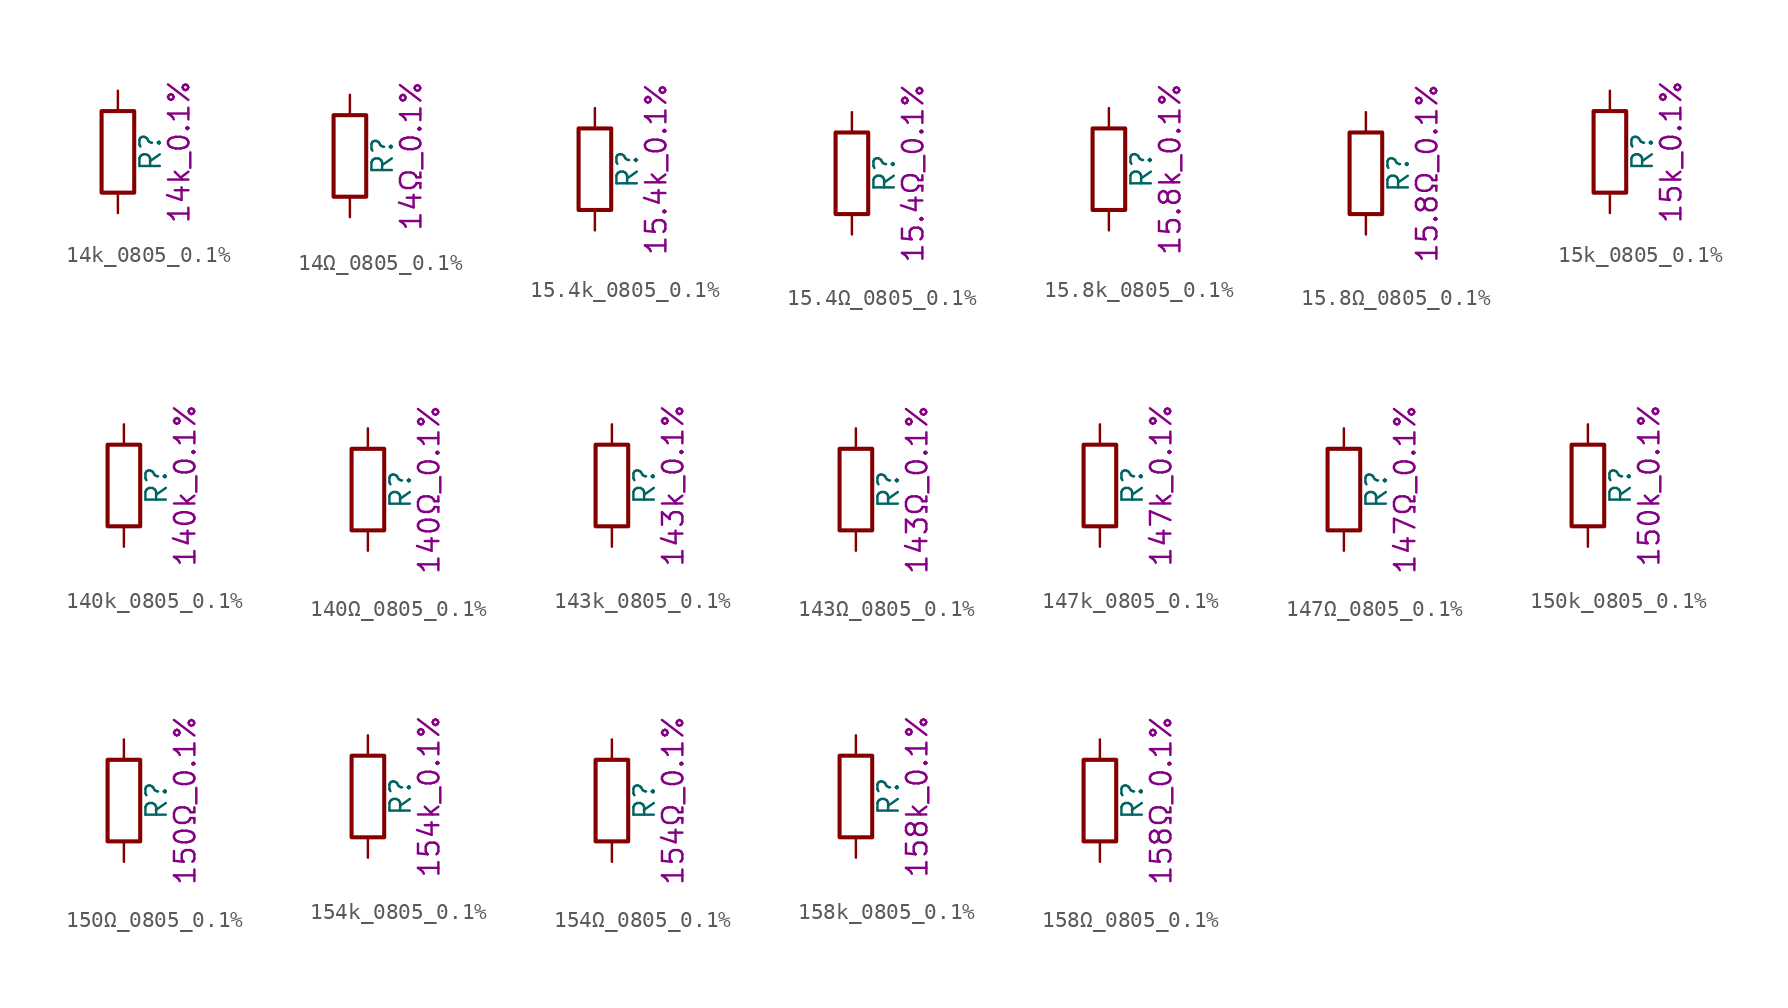
<source format=kicad_sym>
(kicad_symbol_lib
  (version 20211014)
  (generator kicad_symbol_editor)
  (symbol "14k_0805_0.1%"
    (pin_numbers hide)
    (pin_names
      (offset 0))
    (property "Reference" "R"
      (at 2.032 0 90)
      (effects (font (size 1.27 1.27))))
    (property "Display" "14k_0.1%"
      (at 3.81 0 90)
      (effects (font (size 1.27 1.27))))
    (symbol "14k_0805_0.1%_0_1"
      (rectangle (start -1.016 -2.54) (end 1.016 2.54) (stroke (width 0.254) (type default) (color 0 0 0 0)) (fill (type none))))
    (symbol "14k_0805_0.1%_1_1"
      (pin passive line (at 0 3.81 270) (length 1.27) (name "~" (effects (font (size 1.27 1.27)))) (number "1" (effects (font (size 1.27 1.27)))))
      (pin passive line (at 0 -3.81 90) (length 1.27) (name "~" (effects (font (size 1.27 1.27)))) (number "2" (effects (font (size 1.27 1.27)))))))
  (symbol "14Ω_0805_0.1%"
    (pin_numbers hide)
    (pin_names
      (offset 0))
    (property "Reference" "R"
      (at 2.032 0 90)
      (effects (font (size 1.27 1.27))))
    (property "Display" "14Ω_0.1%"
      (at 3.81 0 90)
      (effects (font (size 1.27 1.27))))
    (symbol "14Ω_0805_0.1%_0_1"
      (rectangle (start -1.016 -2.54) (end 1.016 2.54) (stroke (width 0.254) (type default) (color 0 0 0 0)) (fill (type none))))
    (symbol "14Ω_0805_0.1%_1_1"
      (pin passive line (at 0 3.81 270) (length 1.27) (name "~" (effects (font (size 1.27 1.27)))) (number "1" (effects (font (size 1.27 1.27)))))
      (pin passive line (at 0 -3.81 90) (length 1.27) (name "~" (effects (font (size 1.27 1.27)))) (number "2" (effects (font (size 1.27 1.27)))))))
  (symbol "15.4k_0805_0.1%"
    (pin_numbers hide)
    (pin_names
      (offset 0))
    (property "Reference" "R"
      (at 2.032 0 90)
      (effects (font (size 1.27 1.27))))
    (property "Display" "15.4k_0.1%"
      (at 3.81 0 90)
      (effects (font (size 1.27 1.27))))
    (symbol "15.4k_0805_0.1%_0_1"
      (rectangle (start -1.016 -2.54) (end 1.016 2.54) (stroke (width 0.254) (type default) (color 0 0 0 0)) (fill (type none))))
    (symbol "15.4k_0805_0.1%_1_1"
      (pin passive line (at 0 3.81 270) (length 1.27) (name "~" (effects (font (size 1.27 1.27)))) (number "1" (effects (font (size 1.27 1.27)))))
      (pin passive line (at 0 -3.81 90) (length 1.27) (name "~" (effects (font (size 1.27 1.27)))) (number "2" (effects (font (size 1.27 1.27)))))))
  (symbol "15.4Ω_0805_0.1%"
    (pin_numbers hide)
    (pin_names
      (offset 0))
    (property "Reference" "R"
      (at 2.032 0 90)
      (effects (font (size 1.27 1.27))))
    (property "Display" "15.4Ω_0.1%"
      (at 3.81 0 90)
      (effects (font (size 1.27 1.27))))
    (symbol "15.4Ω_0805_0.1%_0_1"
      (rectangle (start -1.016 -2.54) (end 1.016 2.54) (stroke (width 0.254) (type default) (color 0 0 0 0)) (fill (type none))))
    (symbol "15.4Ω_0805_0.1%_1_1"
      (pin passive line (at 0 3.81 270) (length 1.27) (name "~" (effects (font (size 1.27 1.27)))) (number "1" (effects (font (size 1.27 1.27)))))
      (pin passive line (at 0 -3.81 90) (length 1.27) (name "~" (effects (font (size 1.27 1.27)))) (number "2" (effects (font (size 1.27 1.27)))))))
  (symbol "15.8k_0805_0.1%"
    (pin_numbers hide)
    (pin_names
      (offset 0))
    (property "Reference" "R"
      (at 2.032 0 90)
      (effects (font (size 1.27 1.27))))
    (property "Display" "15.8k_0.1%"
      (at 3.81 0 90)
      (effects (font (size 1.27 1.27))))
    (symbol "15.8k_0805_0.1%_0_1"
      (rectangle (start -1.016 -2.54) (end 1.016 2.54) (stroke (width 0.254) (type default) (color 0 0 0 0)) (fill (type none))))
    (symbol "15.8k_0805_0.1%_1_1"
      (pin passive line (at 0 3.81 270) (length 1.27) (name "~" (effects (font (size 1.27 1.27)))) (number "1" (effects (font (size 1.27 1.27)))))
      (pin passive line (at 0 -3.81 90) (length 1.27) (name "~" (effects (font (size 1.27 1.27)))) (number "2" (effects (font (size 1.27 1.27)))))))
  (symbol "15.8Ω_0805_0.1%"
    (pin_numbers hide)
    (pin_names
      (offset 0))
    (property "Reference" "R"
      (at 2.032 0 90)
      (effects (font (size 1.27 1.27))))
    (property "Display" "15.8Ω_0.1%"
      (at 3.81 0 90)
      (effects (font (size 1.27 1.27))))
    (symbol "15.8Ω_0805_0.1%_0_1"
      (rectangle (start -1.016 -2.54) (end 1.016 2.54) (stroke (width 0.254) (type default) (color 0 0 0 0)) (fill (type none))))
    (symbol "15.8Ω_0805_0.1%_1_1"
      (pin passive line (at 0 3.81 270) (length 1.27) (name "~" (effects (font (size 1.27 1.27)))) (number "1" (effects (font (size 1.27 1.27)))))
      (pin passive line (at 0 -3.81 90) (length 1.27) (name "~" (effects (font (size 1.27 1.27)))) (number "2" (effects (font (size 1.27 1.27)))))))
  (symbol "15k_0805_0.1%"
    (pin_numbers hide)
    (pin_names
      (offset 0))
    (property "Reference" "R"
      (at 2.032 0 90)
      (effects (font (size 1.27 1.27))))
    (property "Display" "15k_0.1%"
      (at 3.81 0 90)
      (effects (font (size 1.27 1.27))))
    (symbol "15k_0805_0.1%_0_1"
      (rectangle (start -1.016 -2.54) (end 1.016 2.54) (stroke (width 0.254) (type default) (color 0 0 0 0)) (fill (type none))))
    (symbol "15k_0805_0.1%_1_1"
      (pin passive line (at 0 3.81 270) (length 1.27) (name "~" (effects (font (size 1.27 1.27)))) (number "1" (effects (font (size 1.27 1.27)))))
      (pin passive line (at 0 -3.81 90) (length 1.27) (name "~" (effects (font (size 1.27 1.27)))) (number "2" (effects (font (size 1.27 1.27)))))))
  (symbol "140k_0805_0.1%"
    (pin_numbers hide)
    (pin_names
      (offset 0))
    (property "Reference" "R"
      (at 2.032 0 90)
      (effects (font (size 1.27 1.27))))
    (property "Display" "140k_0.1%"
      (at 3.81 0 90)
      (effects (font (size 1.27 1.27))))
    (symbol "140k_0805_0.1%_0_1"
      (rectangle (start -1.016 -2.54) (end 1.016 2.54) (stroke (width 0.254) (type default) (color 0 0 0 0)) (fill (type none))))
    (symbol "140k_0805_0.1%_1_1"
      (pin passive line (at 0 3.81 270) (length 1.27) (name "~" (effects (font (size 1.27 1.27)))) (number "1" (effects (font (size 1.27 1.27)))))
      (pin passive line (at 0 -3.81 90) (length 1.27) (name "~" (effects (font (size 1.27 1.27)))) (number "2" (effects (font (size 1.27 1.27)))))))
  (symbol "140Ω_0805_0.1%"
    (pin_numbers hide)
    (pin_names
      (offset 0))
    (property "Reference" "R"
      (at 2.032 0 90)
      (effects (font (size 1.27 1.27))))
    (property "Display" "140Ω_0.1%"
      (at 3.81 0 90)
      (effects (font (size 1.27 1.27))))
    (symbol "140Ω_0805_0.1%_0_1"
      (rectangle (start -1.016 -2.54) (end 1.016 2.54) (stroke (width 0.254) (type default) (color 0 0 0 0)) (fill (type none))))
    (symbol "140Ω_0805_0.1%_1_1"
      (pin passive line (at 0 3.81 270) (length 1.27) (name "~" (effects (font (size 1.27 1.27)))) (number "1" (effects (font (size 1.27 1.27)))))
      (pin passive line (at 0 -3.81 90) (length 1.27) (name "~" (effects (font (size 1.27 1.27)))) (number "2" (effects (font (size 1.27 1.27)))))))
  (symbol "143k_0805_0.1%"
    (pin_numbers hide)
    (pin_names
      (offset 0))
    (property "Reference" "R"
      (at 2.032 0 90)
      (effects (font (size 1.27 1.27))))
    (property "Display" "143k_0.1%"
      (at 3.81 0 90)
      (effects (font (size 1.27 1.27))))
    (symbol "143k_0805_0.1%_0_1"
      (rectangle (start -1.016 -2.54) (end 1.016 2.54) (stroke (width 0.254) (type default) (color 0 0 0 0)) (fill (type none))))
    (symbol "143k_0805_0.1%_1_1"
      (pin passive line (at 0 3.81 270) (length 1.27) (name "~" (effects (font (size 1.27 1.27)))) (number "1" (effects (font (size 1.27 1.27)))))
      (pin passive line (at 0 -3.81 90) (length 1.27) (name "~" (effects (font (size 1.27 1.27)))) (number "2" (effects (font (size 1.27 1.27)))))))
  (symbol "143Ω_0805_0.1%"
    (pin_numbers hide)
    (pin_names
      (offset 0))
    (property "Reference" "R"
      (at 2.032 0 90)
      (effects (font (size 1.27 1.27))))
    (property "Display" "143Ω_0.1%"
      (at 3.81 0 90)
      (effects (font (size 1.27 1.27))))
    (symbol "143Ω_0805_0.1%_0_1"
      (rectangle (start -1.016 -2.54) (end 1.016 2.54) (stroke (width 0.254) (type default) (color 0 0 0 0)) (fill (type none))))
    (symbol "143Ω_0805_0.1%_1_1"
      (pin passive line (at 0 3.81 270) (length 1.27) (name "~" (effects (font (size 1.27 1.27)))) (number "1" (effects (font (size 1.27 1.27)))))
      (pin passive line (at 0 -3.81 90) (length 1.27) (name "~" (effects (font (size 1.27 1.27)))) (number "2" (effects (font (size 1.27 1.27)))))))
  (symbol "147k_0805_0.1%"
    (pin_numbers hide)
    (pin_names
      (offset 0))
    (property "Reference" "R"
      (at 2.032 0 90)
      (effects (font (size 1.27 1.27))))
    (property "Display" "147k_0.1%"
      (at 3.81 0 90)
      (effects (font (size 1.27 1.27))))
    (symbol "147k_0805_0.1%_0_1"
      (rectangle (start -1.016 -2.54) (end 1.016 2.54) (stroke (width 0.254) (type default) (color 0 0 0 0)) (fill (type none))))
    (symbol "147k_0805_0.1%_1_1"
      (pin passive line (at 0 3.81 270) (length 1.27) (name "~" (effects (font (size 1.27 1.27)))) (number "1" (effects (font (size 1.27 1.27)))))
      (pin passive line (at 0 -3.81 90) (length 1.27) (name "~" (effects (font (size 1.27 1.27)))) (number "2" (effects (font (size 1.27 1.27)))))))
  (symbol "147Ω_0805_0.1%"
    (pin_numbers hide)
    (pin_names
      (offset 0))
    (property "Reference" "R"
      (at 2.032 0 90)
      (effects (font (size 1.27 1.27))))
    (property "Display" "147Ω_0.1%"
      (at 3.81 0 90)
      (effects (font (size 1.27 1.27))))
    (symbol "147Ω_0805_0.1%_0_1"
      (rectangle (start -1.016 -2.54) (end 1.016 2.54) (stroke (width 0.254) (type default) (color 0 0 0 0)) (fill (type none))))
    (symbol "147Ω_0805_0.1%_1_1"
      (pin passive line (at 0 3.81 270) (length 1.27) (name "~" (effects (font (size 1.27 1.27)))) (number "1" (effects (font (size 1.27 1.27)))))
      (pin passive line (at 0 -3.81 90) (length 1.27) (name "~" (effects (font (size 1.27 1.27)))) (number "2" (effects (font (size 1.27 1.27)))))))
  (symbol "150k_0805_0.1%"
    (pin_numbers hide)
    (pin_names
      (offset 0))
    (property "Reference" "R"
      (at 2.032 0 90)
      (effects (font (size 1.27 1.27))))
    (property "Display" "150k_0.1%"
      (at 3.81 0 90)
      (effects (font (size 1.27 1.27))))
    (symbol "150k_0805_0.1%_0_1"
      (rectangle (start -1.016 -2.54) (end 1.016 2.54) (stroke (width 0.254) (type default) (color 0 0 0 0)) (fill (type none))))
    (symbol "150k_0805_0.1%_1_1"
      (pin passive line (at 0 3.81 270) (length 1.27) (name "~" (effects (font (size 1.27 1.27)))) (number "1" (effects (font (size 1.27 1.27)))))
      (pin passive line (at 0 -3.81 90) (length 1.27) (name "~" (effects (font (size 1.27 1.27)))) (number "2" (effects (font (size 1.27 1.27)))))))
  (symbol "150Ω_0805_0.1%"
    (pin_numbers hide)
    (pin_names
      (offset 0))
    (property "Reference" "R"
      (at 2.032 0 90)
      (effects (font (size 1.27 1.27))))
    (property "Display" "150Ω_0.1%"
      (at 3.81 0 90)
      (effects (font (size 1.27 1.27))))
    (symbol "150Ω_0805_0.1%_0_1"
      (rectangle (start -1.016 -2.54) (end 1.016 2.54) (stroke (width 0.254) (type default) (color 0 0 0 0)) (fill (type none))))
    (symbol "150Ω_0805_0.1%_1_1"
      (pin passive line (at 0 3.81 270) (length 1.27) (name "~" (effects (font (size 1.27 1.27)))) (number "1" (effects (font (size 1.27 1.27)))))
      (pin passive line (at 0 -3.81 90) (length 1.27) (name "~" (effects (font (size 1.27 1.27)))) (number "2" (effects (font (size 1.27 1.27)))))))
  (symbol "154k_0805_0.1%"
    (pin_numbers hide)
    (pin_names
      (offset 0))
    (property "Reference" "R"
      (at 2.032 0 90)
      (effects (font (size 1.27 1.27))))
    (property "Display" "154k_0.1%"
      (at 3.81 0 90)
      (effects (font (size 1.27 1.27))))
    (symbol "154k_0805_0.1%_0_1"
      (rectangle (start -1.016 -2.54) (end 1.016 2.54) (stroke (width 0.254) (type default) (color 0 0 0 0)) (fill (type none))))
    (symbol "154k_0805_0.1%_1_1"
      (pin passive line (at 0 3.81 270) (length 1.27) (name "~" (effects (font (size 1.27 1.27)))) (number "1" (effects (font (size 1.27 1.27)))))
      (pin passive line (at 0 -3.81 90) (length 1.27) (name "~" (effects (font (size 1.27 1.27)))) (number "2" (effects (font (size 1.27 1.27)))))))
  (symbol "154Ω_0805_0.1%"
    (pin_numbers hide)
    (pin_names
      (offset 0))
    (property "Reference" "R"
      (at 2.032 0 90)
      (effects (font (size 1.27 1.27))))
    (property "Display" "154Ω_0.1%"
      (at 3.81 0 90)
      (effects (font (size 1.27 1.27))))
    (symbol "154Ω_0805_0.1%_0_1"
      (rectangle (start -1.016 -2.54) (end 1.016 2.54) (stroke (width 0.254) (type default) (color 0 0 0 0)) (fill (type none))))
    (symbol "154Ω_0805_0.1%_1_1"
      (pin passive line (at 0 3.81 270) (length 1.27) (name "~" (effects (font (size 1.27 1.27)))) (number "1" (effects (font (size 1.27 1.27)))))
      (pin passive line (at 0 -3.81 90) (length 1.27) (name "~" (effects (font (size 1.27 1.27)))) (number "2" (effects (font (size 1.27 1.27)))))))
  (symbol "158k_0805_0.1%"
    (pin_numbers hide)
    (pin_names
      (offset 0))
    (property "Reference" "R"
      (at 2.032 0 90)
      (effects (font (size 1.27 1.27))))
    (property "Display" "158k_0.1%"
      (at 3.81 0 90)
      (effects (font (size 1.27 1.27))))
    (symbol "158k_0805_0.1%_0_1"
      (rectangle (start -1.016 -2.54) (end 1.016 2.54) (stroke (width 0.254) (type default) (color 0 0 0 0)) (fill (type none))))
    (symbol "158k_0805_0.1%_1_1"
      (pin passive line (at 0 3.81 270) (length 1.27) (name "~" (effects (font (size 1.27 1.27)))) (number "1" (effects (font (size 1.27 1.27)))))
      (pin passive line (at 0 -3.81 90) (length 1.27) (name "~" (effects (font (size 1.27 1.27)))) (number "2" (effects (font (size 1.27 1.27)))))))
  (symbol "158Ω_0805_0.1%"
    (pin_numbers hide)
    (pin_names
      (offset 0))
    (property "Reference" "R"
      (at 2.032 0 90)
      (effects (font (size 1.27 1.27))))
    (property "Display" "158Ω_0.1%"
      (at 3.81 0 90)
      (effects (font (size 1.27 1.27))))
    (symbol "158Ω_0805_0.1%_0_1"
      (rectangle (start -1.016 -2.54) (end 1.016 2.54) (stroke (width 0.254) (type default) (color 0 0 0 0)) (fill (type none))))
    (symbol "158Ω_0805_0.1%_1_1"
      (pin passive line (at 0 3.81 270) (length 1.27) (name "~" (effects (font (size 1.27 1.27)))) (number "1" (effects (font (size 1.27 1.27)))))
      (pin passive line (at 0 -3.81 90) (length 1.27) (name "~" (effects (font (size 1.27 1.27)))) (number "2" (effects (font (size 1.27 1.27))))))))
</source>
